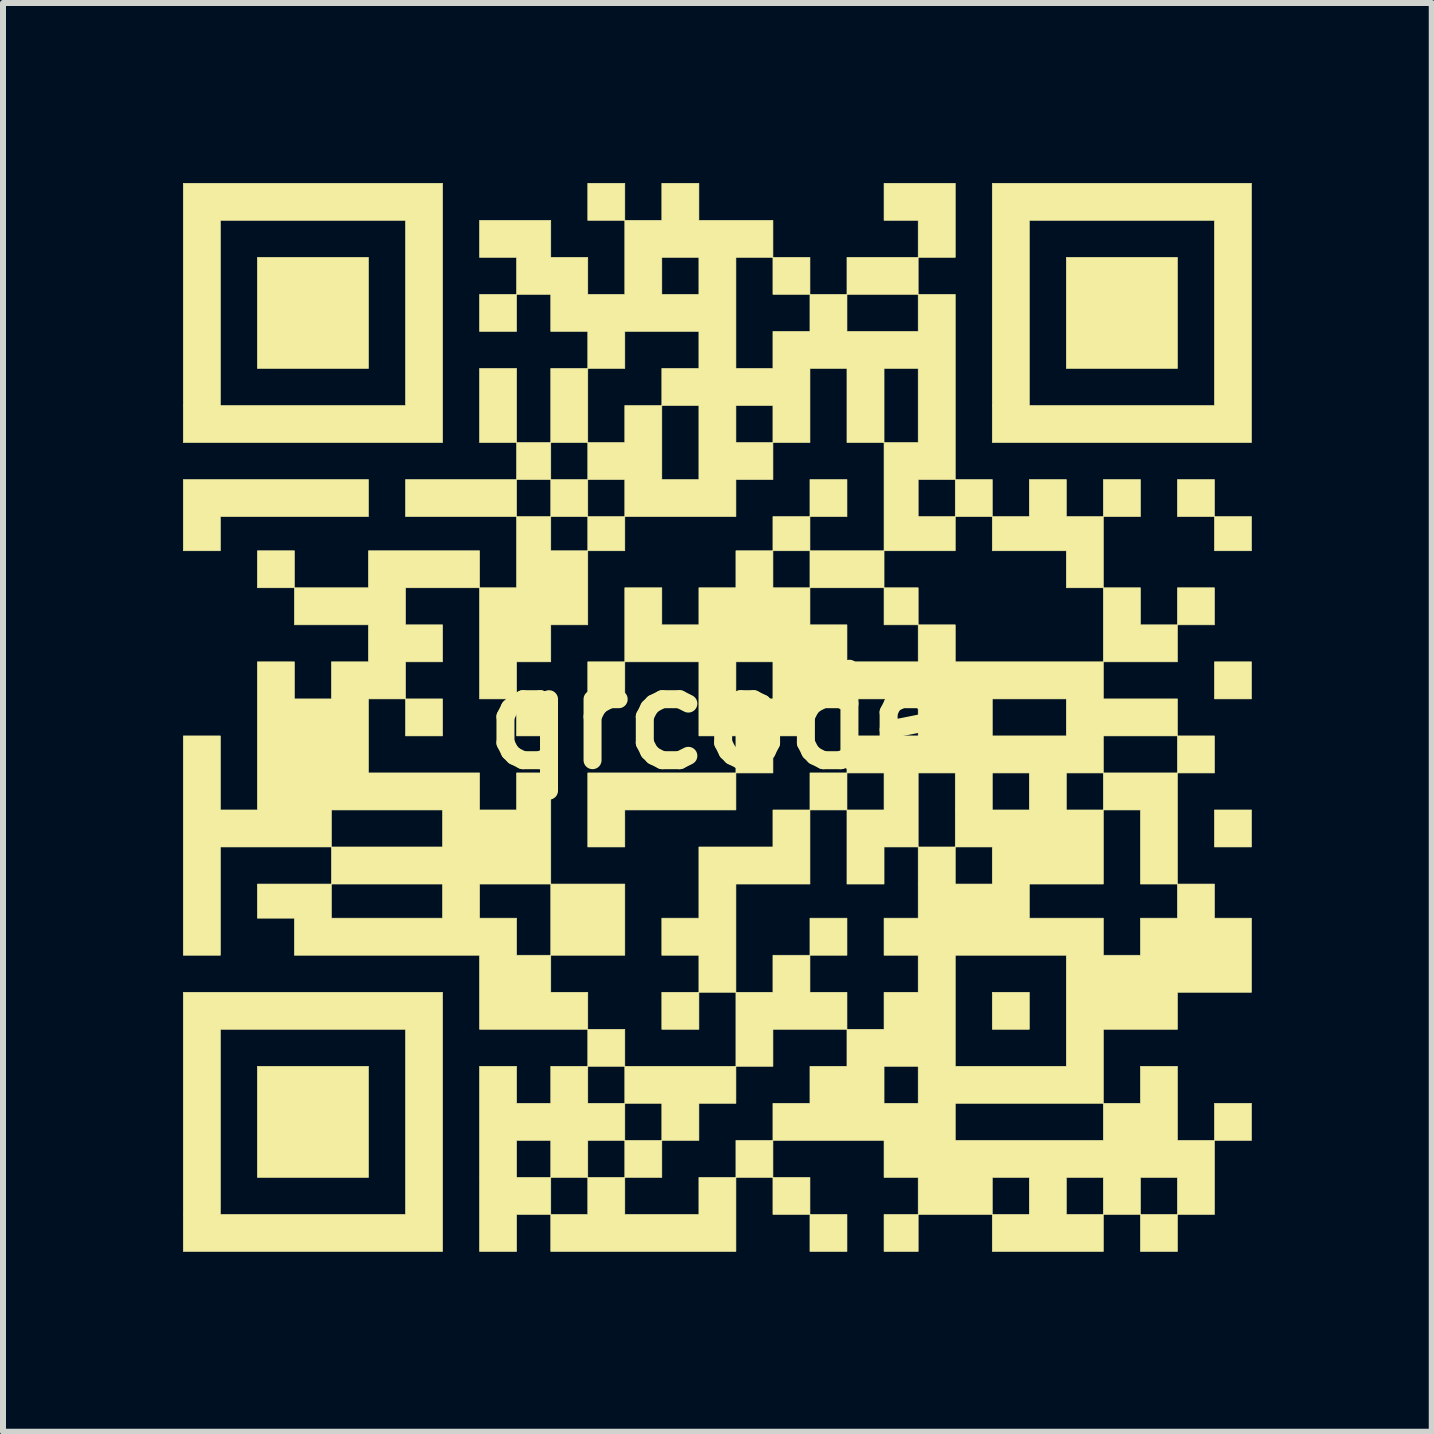
<source format=kicad_pcb>
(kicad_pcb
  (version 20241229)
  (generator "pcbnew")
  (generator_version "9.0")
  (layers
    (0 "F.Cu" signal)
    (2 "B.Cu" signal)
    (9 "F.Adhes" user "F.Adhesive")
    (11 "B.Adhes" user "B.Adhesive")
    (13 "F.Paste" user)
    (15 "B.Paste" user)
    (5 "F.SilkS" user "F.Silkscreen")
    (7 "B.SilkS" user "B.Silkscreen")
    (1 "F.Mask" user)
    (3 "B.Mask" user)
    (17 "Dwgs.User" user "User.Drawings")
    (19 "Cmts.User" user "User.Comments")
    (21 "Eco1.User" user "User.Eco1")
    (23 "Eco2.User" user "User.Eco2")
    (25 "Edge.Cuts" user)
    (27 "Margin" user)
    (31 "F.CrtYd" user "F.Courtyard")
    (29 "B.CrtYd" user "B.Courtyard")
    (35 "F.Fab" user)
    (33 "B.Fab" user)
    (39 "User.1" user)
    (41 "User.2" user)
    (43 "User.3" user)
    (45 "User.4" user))
  (footprint "qrcode"
    (layer "F.Cu")
    (at 8.931 8.931)
    (property "Reference" "qrcode" (at 0 0 0) (layer "F.SilkS") (effects (font (size 1.524 1.524) (thickness 0.3))))
    (attr through_hole)
    (fp_poly (pts (xy -7.691 -2.184) (xy -7.691 -2.801) (xy -7.074 -2.801) (xy -7.074 -2.184) (xy -7.691 -2.184)) (stroke (width 0.01) (type solid)) (fill yes) (layer "F.SilkS"))
    (fp_poly (pts (xy -5.84 -5.84) (xy -7.691 -5.84) (xy -7.691 -7.691) (xy -5.84 -7.691) (xy -5.84 -5.84)) (stroke (width 0.01) (type solid)) (fill yes) (layer "F.SilkS"))
    (fp_poly (pts (xy -5.84 7.644) (xy -7.691 7.644) (xy -7.691 5.792) (xy -5.84 5.792) (xy -5.84 7.644)) (stroke (width 0.01) (type solid)) (fill yes) (layer "F.SilkS"))
    (fp_poly (pts (xy -5.222 -3.371) (xy -5.222 -3.988) (xy -3.371 -3.988) (xy -3.371 -3.371) (xy -5.222 -3.371)) (stroke (width 0.01) (type solid)) (fill yes) (layer "F.SilkS"))
    (fp_poly (pts (xy -4.605 0.285) (xy -5.222 0.285) (xy -5.222 -0.332) (xy -4.605 -0.332) (xy -4.605 0.285)) (stroke (width 0.01) (type solid)) (fill yes) (layer "F.SilkS"))
    (fp_poly (pts (xy -3.988 -4.605) (xy -3.988 -5.84) (xy -3.371 -5.84) (xy -3.371 -4.605) (xy -3.988 -4.605)) (stroke (width 0.01) (type solid)) (fill yes) (layer "F.SilkS"))
    (fp_poly (pts (xy -3.371 -6.457) (xy -3.988 -6.457) (xy -3.988 -7.074) (xy -3.371 -7.074) (xy -3.371 -6.457)) (stroke (width 0.01) (type solid)) (fill yes) (layer "F.SilkS"))
    (fp_poly (pts (xy -3.371 -4.605) (xy -2.801 -4.605) (xy -2.801 -3.988) (xy -3.371 -3.988) (xy -3.371 -4.605)) (stroke (width 0.01) (type solid)) (fill yes) (layer "F.SilkS"))
    (fp_poly (pts (xy -2.801 -5.84) (xy -2.184 -5.84) (xy -2.184 -4.605) (xy -2.801 -4.605) (xy -2.801 -5.84)) (stroke (width 0.01) (type solid)) (fill yes) (layer "F.SilkS"))
    (fp_poly (pts (xy -2.801 -3.371) (xy -2.801 -3.988) (xy -2.184 -3.988) (xy -2.184 -3.371) (xy -2.801 -3.371)) (stroke (width 0.01) (type solid)) (fill yes) (layer "F.SilkS"))
    (fp_poly (pts (xy -2.801 0.285) (xy -3.371 0.285) (xy -3.371 -0.332) (xy -2.801 -0.332) (xy -2.801 0.285)) (stroke (width 0.01) (type solid)) (fill yes) (layer "F.SilkS"))
    (fp_poly (pts (xy -2.184 -8.308) (xy -2.184 -8.926) (xy -1.567 -8.926) (xy -1.567 -8.308) (xy -2.184 -8.308)) (stroke (width 0.01) (type solid)) (fill yes) (layer "F.SilkS"))
    (fp_poly (pts (xy -2.184 5.175) (xy -1.567 5.175) (xy -1.567 5.792) (xy -2.184 5.792) (xy -2.184 5.175)) (stroke (width 0.01) (type solid)) (fill yes) (layer "F.SilkS"))
    (fp_poly (pts (xy -1.567 -3.371) (xy -1.567 -2.801) (xy -2.184 -2.801) (xy -2.184 -3.371) (xy -1.567 -3.371)) (stroke (width 0.01) (type solid)) (fill yes) (layer "F.SilkS"))
    (fp_poly (pts (xy -1.567 -0.332) (xy -2.184 -0.332) (xy -2.184 -0.95) (xy -1.567 -0.95) (xy -1.567 -0.332)) (stroke (width 0.01) (type solid)) (fill yes) (layer "F.SilkS"))
    (fp_poly (pts (xy -1.567 3.941) (xy -2.801 3.941) (xy -2.801 2.754) (xy -1.567 2.754) (xy -1.567 3.941)) (stroke (width 0.01) (type solid)) (fill yes) (layer "F.SilkS"))
    (fp_poly (pts (xy -0.95 7.644) (xy -1.567 7.644) (xy -1.567 7.027) (xy -0.95 7.027) (xy -0.95 7.644)) (stroke (width 0.01) (type solid)) (fill yes) (layer "F.SilkS"))
    (fp_poly (pts (xy -0.332 5.175) (xy -0.95 5.175) (xy -0.95 4.558) (xy -0.332 4.558) (xy -0.332 5.175)) (stroke (width 0.01) (type solid)) (fill yes) (layer "F.SilkS"))
    (fp_poly (pts (xy 0.902 -7.074) (xy 0.902 -7.691) (xy 1.519 -7.691) (xy 1.519 -7.074) (xy 0.902 -7.074)) (stroke (width 0.01) (type solid)) (fill yes) (layer "F.SilkS"))
    (fp_poly (pts (xy 0.902 -2.801) (xy 0.902 -3.371) (xy 1.519 -3.371) (xy 1.519 -2.801) (xy 0.902 -2.801)) (stroke (width 0.01) (type solid)) (fill yes) (layer "F.SilkS"))
    (fp_poly (pts (xy 0.902 7.644) (xy 0.285 7.644) (xy 0.285 7.027) (xy 0.902 7.027) (xy 0.902 7.644)) (stroke (width 0.01) (type solid)) (fill yes) (layer "F.SilkS"))
    (fp_poly (pts (xy 0.902 8.261) (xy 0.902 7.644) (xy 1.519 7.644) (xy 1.519 8.261) (xy 0.902 8.261)) (stroke (width 0.01) (type solid)) (fill yes) (layer "F.SilkS"))
    (fp_poly (pts (xy 1.519 -3.988) (xy 2.136 -3.988) (xy 2.136 -3.371) (xy 1.519 -3.371) (xy 1.519 -3.988)) (stroke (width 0.01) (type solid)) (fill yes) (layer "F.SilkS"))
    (fp_poly (pts (xy 1.519 -2.184) (xy 1.519 -2.801) (xy 2.754 -2.801) (xy 2.754 -2.184) (xy 1.519 -2.184)) (stroke (width 0.01) (type solid)) (fill yes) (layer "F.SilkS"))
    (fp_poly (pts (xy 1.519 0.902) (xy 2.136 0.902) (xy 2.136 1.519) (xy 1.519 1.519) (xy 1.519 0.902)) (stroke (width 0.01) (type solid)) (fill yes) (layer "F.SilkS"))
    (fp_poly (pts (xy 1.519 3.323) (xy 2.136 3.323) (xy 2.136 3.941) (xy 1.519 3.941) (xy 1.519 3.323)) (stroke (width 0.01) (type solid)) (fill yes) (layer "F.SilkS"))
    (fp_poly (pts (xy 2.136 8.261) (xy 2.136 8.878) (xy 1.519 8.878) (xy 1.519 8.261) (xy 2.136 8.261)) (stroke (width 0.01) (type solid)) (fill yes) (layer "F.SilkS"))
    (fp_poly (pts (xy 3.323 -2.184) (xy 3.323 -1.567) (xy 2.754 -1.567) (xy 2.754 -2.184) (xy 3.323 -2.184)) (stroke (width 0.01) (type solid)) (fill yes) (layer "F.SilkS"))
    (fp_poly (pts (xy 3.323 8.878) (xy 2.754 8.878) (xy 2.754 8.261) (xy 3.323 8.261) (xy 3.323 8.878)) (stroke (width 0.01) (type solid)) (fill yes) (layer "F.SilkS"))
    (fp_poly (pts (xy 3.941 -3.371) (xy 3.941 -3.988) (xy 4.558 -3.988) (xy 4.558 -3.371) (xy 3.941 -3.371)) (stroke (width 0.01) (type solid)) (fill yes) (layer "F.SilkS"))
    (fp_poly (pts (xy 5.175 5.175) (xy 4.558 5.175) (xy 4.558 4.558) (xy 5.175 4.558) (xy 5.175 5.175)) (stroke (width 0.01) (type solid)) (fill yes) (layer "F.SilkS"))
    (fp_poly (pts (xy 6.409 -3.988) (xy 7.027 -3.988) (xy 7.027 -3.371) (xy 6.409 -3.371) (xy 6.409 -3.988)) (stroke (width 0.01) (type solid)) (fill yes) (layer "F.SilkS"))
    (fp_poly (pts (xy 7.644 -5.84) (xy 5.792 -5.84) (xy 5.792 -7.691) (xy 7.644 -7.691) (xy 7.644 -5.84)) (stroke (width 0.01) (type solid)) (fill yes) (layer "F.SilkS"))
    (fp_poly (pts (xy 7.644 -3.371) (xy 7.644 -3.988) (xy 8.261 -3.988) (xy 8.261 -3.371) (xy 7.644 -3.371)) (stroke (width 0.01) (type solid)) (fill yes) (layer "F.SilkS"))
    (fp_poly (pts (xy 7.644 -2.184) (xy 8.261 -2.184) (xy 8.261 -1.567) (xy 7.644 -1.567) (xy 7.644 -2.184)) (stroke (width 0.01) (type solid)) (fill yes) (layer "F.SilkS"))
    (fp_poly (pts (xy 7.644 0.285) (xy 8.261 0.285) (xy 8.261 0.902) (xy 7.644 0.902) (xy 7.644 0.285)) (stroke (width 0.01) (type solid)) (fill yes) (layer "F.SilkS"))
    (fp_poly (pts (xy 8.261 6.409) (xy 8.878 6.409) (xy 8.878 7.027) (xy 8.261 7.027) (xy 8.261 6.409)) (stroke (width 0.01) (type solid)) (fill yes) (layer "F.SilkS"))
    (fp_poly (pts (xy 8.878 -3.371) (xy 8.878 -2.801) (xy 8.261 -2.801) (xy 8.261 -3.371) (xy 8.878 -3.371)) (stroke (width 0.01) (type solid)) (fill yes) (layer "F.SilkS"))
    (fp_poly (pts (xy 8.878 -0.332) (xy 8.261 -0.332) (xy 8.261 -0.95) (xy 8.878 -0.95) (xy 8.878 -0.332)) (stroke (width 0.01) (type solid)) (fill yes) (layer "F.SilkS"))
    (fp_poly (pts (xy 8.878 2.136) (xy 8.261 2.136) (xy 8.261 1.519) (xy 8.878 1.519) (xy 8.878 2.136)) (stroke (width 0.01) (type solid)) (fill yes) (layer "F.SilkS"))
    (fp_poly (pts (xy -5.84 -3.371) (xy -8.308 -3.371) (xy -8.308 -2.801) (xy -8.926 -2.801) (xy -8.926 -3.988) (xy -5.84 -3.988) (xy -5.84 -3.371)) (stroke (width 0.01) (type solid)) (fill yes) (layer "F.SilkS"))
    (fp_poly (pts (xy 0.285 1.519) (xy -1.567 1.519) (xy -1.567 2.136) (xy -2.184 2.136) (xy -2.184 0.902) (xy 0.285 0.902) (xy 0.285 1.519)) (stroke (width 0.01) (type solid)) (fill yes) (layer "F.SilkS"))
    (fp_poly (pts (xy 3.323 -8.308) (xy 2.754 -8.308) (xy 2.754 -8.926) (xy 3.941 -8.926) (xy 3.941 -7.691) (xy 3.323 -7.691) (xy 3.323 -8.308)) (stroke (width 0.01) (type solid)) (fill yes) (layer "F.SilkS"))
    (fp_poly (pts (xy 7.027 -2.184) (xy 7.027 -1.567) (xy 7.644 -1.567) (xy 7.644 -0.95) (xy 6.409 -0.95) (xy 6.409 -2.184) (xy 7.027 -2.184)) (stroke (width 0.01) (type solid)) (fill yes) (layer "F.SilkS"))
    (fp_poly (pts (xy 7.644 2.754) (xy 7.027 2.754) (xy 7.027 1.519) (xy 6.409 1.519) (xy 6.409 0.902) (xy 7.644 0.902) (xy 7.644 2.754)) (stroke (width 0.01) (type solid)) (fill yes) (layer "F.SilkS"))
    (fp_poly (pts (xy -0.95 6.409) (xy -1.567 6.409) (xy -1.567 5.792) (xy 0.285 5.792) (xy 0.285 6.409) (xy -0.332 6.409) (xy -0.332 7.027) (xy -0.95 7.027) (xy -0.95 6.409)) (stroke (width 0.01) (type solid)) (fill yes) (layer "F.SilkS"))
    (fp_poly (pts (xy 0.285 8.878) (xy -2.801 8.878) (xy -2.801 8.261) (xy -2.184 8.261) (xy -2.184 7.644) (xy -1.567 7.644) (xy -1.567 8.261) (xy -0.332 8.261) (xy -0.332 7.644) (xy 0.285 7.644) (xy 0.285 8.878)) (stroke (width 0.01) (type solid)) (fill yes) (layer "F.SilkS"))
    (fp_poly (pts (xy 1.519 4.558) (xy 2.136 4.558) (xy 2.136 5.175) (xy 0.902 5.175) (xy 0.902 5.792) (xy 0.285 5.792) (xy 0.285 4.558) (xy 0.902 4.558) (xy 0.902 3.941) (xy 1.519 3.941) (xy 1.519 4.558)) (stroke (width 0.01) (type solid)) (fill yes) (layer "F.SilkS"))
    (fp_poly (pts (xy 5.175 -3.371) (xy 5.175 -3.988) (xy 5.792 -3.988) (xy 5.792 -3.371) (xy 6.409 -3.371) (xy 6.409 -2.184) (xy 5.792 -2.184) (xy 5.792 -2.801) (xy 4.558 -2.801) (xy 4.558 -3.371) (xy 5.175 -3.371)) (stroke (width 0.01) (type solid)) (fill yes) (layer "F.SilkS"))
    (fp_poly (pts (xy -4.605 -4.605) (xy -8.926 -4.605) (xy -8.926 -8.308) (xy -8.308 -8.308) (xy -8.308 -5.222) (xy -5.222 -5.222) (xy -5.222 -8.308) (xy -8.308 -8.308) (xy -8.926 -8.308) (xy -8.926 -8.926) (xy -4.605 -8.926) (xy -4.605 -4.605)) (stroke (width 0.01) (type solid)) (fill yes) (layer "F.SilkS"))
    (fp_poly (pts (xy -4.605 8.878) (xy -8.926 8.878) (xy -8.926 5.175) (xy -8.308 5.175) (xy -8.308 8.261) (xy -5.222 8.261) (xy -5.222 5.175) (xy -8.308 5.175) (xy -8.926 5.175) (xy -8.926 4.558) (xy -4.605 4.558) (xy -4.605 8.878)) (stroke (width 0.01) (type solid)) (fill yes) (layer "F.SilkS"))
    (fp_poly (pts (xy 8.878 -4.605) (xy 4.558 -4.605) (xy 4.558 -8.308) (xy 5.175 -8.308) (xy 5.175 -5.222) (xy 8.261 -5.222) (xy 8.261 -8.308) (xy 5.175 -8.308) (xy 4.558 -8.308) (xy 4.558 -8.926) (xy 8.878 -8.926) (xy 8.878 -4.605)) (stroke (width 0.01) (type solid)) (fill yes) (layer "F.SilkS"))
    (fp_poly (pts (xy -3.371 -2.184) (xy -3.371 -3.371) (xy -2.801 -3.371) (xy -2.801 -2.801) (xy -2.184 -2.801) (xy -2.184 -1.567) (xy -2.801 -1.567) (xy -2.801 -0.95) (xy -3.371 -0.95) (xy -3.371 -0.332) (xy -3.988 -0.332) (xy -3.988 -2.184) (xy -3.371 -2.184)) (stroke (width 0.01) (type solid)) (fill yes) (layer "F.SilkS"))
    (fp_poly (pts (xy -0.332 4.558) (xy -0.332 3.941) (xy -0.95 3.941) (xy -0.95 3.323) (xy -0.332 3.323) (xy -0.332 2.136) (xy 0.902 2.136) (xy 0.902 1.519) (xy 1.519 1.519) (xy 1.519 2.754) (xy 0.285 2.754) (xy 0.285 4.558) (xy -0.332 4.558)) (stroke (width 0.01) (type solid)) (fill yes) (layer "F.SilkS"))
    (fp_poly (pts (xy -2.801 8.261) (xy -3.371 8.261) (xy -3.371 8.878) (xy -3.988 8.878) (xy -3.988 7.027) (xy -3.371 7.027) (xy -3.371 7.644) (xy -2.801 7.644) (xy -2.801 7.027) (xy -3.371 7.027) (xy -3.988 7.027) (xy -3.988 5.792) (xy -3.371 5.792) (xy -3.371 6.409) (xy -2.801 6.409) (xy -2.801 5.792) (xy -2.184 5.792) (xy -2.184 6.409) (xy -1.567 6.409) (xy -1.567 7.027) (xy -2.184 7.027) (xy -2.184 7.644) (xy -2.801 7.644) (xy -2.801 8.261)) (stroke (width 0.01) (type solid)) (fill yes) (layer "F.SilkS"))
    (fp_poly (pts (xy -3.988 5.175) (xy -3.988 3.941) (xy -7.074 3.941) (xy -7.074 3.323) (xy -7.691 3.323) (xy -7.691 2.754) (xy -6.457 2.754) (xy -6.457 3.323) (xy -4.605 3.323) (xy -4.605 2.754) (xy -6.457 2.754) (xy -6.457 2.136) (xy -8.308 2.136) (xy -8.308 3.941) (xy -8.926 3.941) (xy -8.926 0.285) (xy -8.308 0.285) (xy -8.308 1.519) (xy -7.691 1.519) (xy -6.457 1.519) (xy -6.457 2.136) (xy -4.605 2.136) (xy -4.605 1.519) (xy -6.457 1.519) (xy -7.691 1.519) (xy -7.691 -0.95) (xy -7.074 -0.95) (xy -7.074 -0.332) (xy -6.457 -0.332) (xy -6.457 -0.95) (xy -5.84 -0.95) (xy -5.84 -1.567) (xy -7.074 -1.567) (xy -7.074 -2.184) (xy -5.84 -2.184) (xy -5.84 -2.801) (xy -3.988 -2.801) (xy -3.988 -2.184) (xy -5.222 -2.184) (xy -5.222 -1.567) (xy -4.605 -1.567) (xy -4.605 -0.95) (xy -5.222 -0.95) (xy -5.222 -0.332) (xy -5.84 -0.332) (xy -5.84 0.902) (xy -3.988 0.902) (xy -3.988 1.519) (xy -3.371 1.519) (xy -3.371 0.902) (xy -2.801 0.902) (xy -2.801 2.754) (xy -3.988 2.754) (xy -3.988 3.323) (xy -3.371 3.323) (xy -3.371 3.941) (xy -2.801 3.941) (xy -2.801 4.558) (xy -2.184 4.558) (xy -2.184 5.175) (xy -3.988 5.175)) (stroke (width 0.01) (type solid)) (fill yes) (layer "F.SilkS"))
    (fp_poly (pts (xy 2.136 -7.074) (xy 2.136 -6.457) (xy 3.323 -6.457) (xy 3.323 -7.074) (xy 2.136 -7.074) (xy 2.136 -7.691) (xy 3.323 -7.691) (xy 3.323 -7.074) (xy 3.941 -7.074) (xy 3.941 -3.988) (xy 3.323 -3.988) (xy 3.323 -3.371) (xy 3.941 -3.371) (xy 3.941 -2.801) (xy 2.754 -2.801) (xy 2.754 -4.605) (xy 2.136 -4.605) (xy 2.136 -5.84) (xy 2.754 -5.84) (xy 2.754 -4.605) (xy 3.323 -4.605) (xy 3.323 -5.84) (xy 2.754 -5.84) (xy 2.136 -5.84) (xy 1.519 -5.84) (xy 1.519 -4.605) (xy 0.902 -4.605) (xy 0.902 -3.988) (xy 0.285 -3.988) (xy 0.285 -3.371) (xy -1.567 -3.371) (xy -1.567 -3.988) (xy -2.184 -3.988) (xy -2.184 -4.605) (xy -1.567 -4.605) (xy -1.567 -5.222) (xy -0.95 -5.222) (xy -0.95 -3.988) (xy -0.332 -3.988) (xy -0.332 -5.222) (xy 0.285 -5.222) (xy 0.285 -4.605) (xy 0.902 -4.605) (xy 0.902 -5.222) (xy 0.285 -5.222) (xy -0.332 -5.222) (xy -0.95 -5.222) (xy -0.95 -5.84) (xy -0.332 -5.84) (xy -0.332 -6.457) (xy -1.567 -6.457) (xy -1.567 -5.84) (xy -2.184 -5.84) (xy -2.184 -6.457) (xy -2.801 -6.457) (xy -2.801 -7.074) (xy -3.371 -7.074) (xy -3.371 -7.691) (xy -3.988 -7.691) (xy -3.988 -8.308) (xy -2.801 -8.308) (xy -2.801 -7.691) (xy -2.184 -7.691) (xy -2.184 -7.074) (xy -1.567 -7.074) (xy -1.567 -7.691) (xy -0.95 -7.691) (xy -0.95 -7.074) (xy -0.332 -7.074) (xy -0.332 -7.691) (xy -0.95 -7.691) (xy -1.567 -7.691) (xy -1.567 -8.308) (xy -0.95 -8.308) (xy -0.95 -8.926) (xy -0.332 -8.926) (xy -0.332 -8.308) (xy 0.902 -8.308) (xy 0.902 -7.691) (xy 0.285 -7.691) (xy 0.285 -5.84) (xy 0.902 -5.84) (xy 0.902 -6.457) (xy 1.519 -6.457) (xy 1.519 -7.074) (xy 2.136 -7.074)) (stroke (width 0.01) (type solid)) (fill yes) (layer "F.SilkS"))
    (fp_poly (pts (xy 2.754 2.136) (xy 2.754 2.754) (xy 2.136 2.754) (xy 2.136 1.519) (xy 2.754 1.519) (xy 2.754 0.902) (xy 3.323 0.902) (xy 3.323 2.136) (xy 3.941 2.136) (xy 3.941 2.754) (xy 4.558 2.754) (xy 4.558 2.136) (xy 3.941 2.136) (xy 3.941 0.902) (xy 4.558 0.902) (xy 4.558 1.519) (xy 5.175 1.519) (xy 5.175 0.902) (xy 4.558 0.902) (xy 3.941 0.902) (xy 3.323 0.902) (xy 2.754 0.902) (xy 2.136 0.902) (xy 2.136 0.285) (xy 3.323 0.285) (xy 3.323 -0.332) (xy 4.558 -0.332) (xy 4.558 0.285) (xy 5.792 0.285) (xy 5.792 -0.332) (xy 4.558 -0.332) (xy 3.323 -0.332) (xy 1.519 -0.332) (xy 1.519 0.285) (xy 0.902 0.285) (xy 0.902 0.902) (xy 0.285 0.902) (xy 0.285 0.285) (xy -0.332 0.285) (xy -0.332 -0.95) (xy 0.285 -0.95) (xy 0.285 -0.332) (xy 0.902 -0.332) (xy 0.902 -0.95) (xy 0.285 -0.95) (xy -0.332 -0.95) (xy -1.567 -0.95) (xy -1.567 -2.184) (xy -0.95 -2.184) (xy -0.95 -1.567) (xy -0.332 -1.567) (xy -0.332 -2.184) (xy 0.285 -2.184) (xy 0.285 -2.801) (xy 0.902 -2.801) (xy 0.902 -2.184) (xy 1.519 -2.184) (xy 1.519 -1.567) (xy 2.136 -1.567) (xy 2.136 -0.95) (xy 3.323 -0.95) (xy 3.323 -1.567) (xy 3.941 -1.567) (xy 3.941 -0.95) (xy 6.409 -0.95) (xy 6.409 -0.332) (xy 7.644 -0.332) (xy 7.644 0.285) (xy 6.409 0.285) (xy 6.409 0.902) (xy 5.792 0.902) (xy 5.792 1.519) (xy 6.409 1.519) (xy 6.409 2.754) (xy 5.175 2.754) (xy 5.175 3.323) (xy 6.409 3.323) (xy 6.409 3.941) (xy 7.027 3.941) (xy 7.027 3.323) (xy 7.644 3.323) (xy 7.644 2.754) (xy 8.261 2.754) (xy 8.261 3.323) (xy 8.878 3.323) (xy 8.878 4.558) (xy 7.644 4.558) (xy 7.644 5.175) (xy 6.409 5.175) (xy 6.409 6.409) (xy 7.027 6.409) (xy 7.027 5.792) (xy 7.644 5.792) (xy 7.644 7.027) (xy 8.261 7.027) (xy 8.261 8.261) (xy 7.644 8.261) (xy 7.644 8.878) (xy 7.027 8.878) (xy 7.027 8.261) (xy 6.409 8.261) (xy 6.409 8.878) (xy 4.558 8.878) (xy 4.558 8.261) (xy 3.323 8.261) (xy 3.323 7.644) (xy 4.558 7.644) (xy 4.558 8.261) (xy 5.175 8.261) (xy 5.175 7.644) (xy 5.792 7.644) (xy 5.792 8.261) (xy 6.409 8.261) (xy 6.409 7.644) (xy 7.027 7.644) (xy 7.027 8.261) (xy 7.644 8.261) (xy 7.644 7.644) (xy 7.027 7.644) (xy 6.409 7.644) (xy 5.792 7.644) (xy 5.175 7.644) (xy 4.558 7.644) (xy 3.323 7.644) (xy 2.754 7.644) (xy 2.754 7.027) (xy 0.902 7.027) (xy 0.902 6.409) (xy 1.519 6.409) (xy 1.519 5.792) (xy 2.136 5.792) (xy 2.754 5.792) (xy 2.754 6.409) (xy 3.323 6.409) (xy 3.941 6.409) (xy 3.941 7.027) (xy 6.409 7.027) (xy 6.409 6.409) (xy 3.941 6.409) (xy 3.323 6.409) (xy 3.323 5.792) (xy 2.754 5.792) (xy 2.136 5.792) (xy 2.136 5.175) (xy 2.754 5.175) (xy 2.754 4.558) (xy 3.323 4.558) (xy 3.323 3.941) (xy 3.941 3.941) (xy 3.941 5.792) (xy 5.792 5.792) (xy 5.792 3.941) (xy 3.941 3.941) (xy 3.323 3.941) (xy 2.754 3.941) (xy 2.754 3.323) (xy 3.323 3.323) (xy 3.323 2.136) (xy 2.754 2.136)) (stroke (width 0.01) (type solid)) (fill yes) (layer "F.SilkS")))
  (gr_rect
    (start -3 -3)
    (end 20.814 20.814)
    (stroke (width 0.1) (type default))
    (fill no)
    (layer "Edge.Cuts")))
</source>
